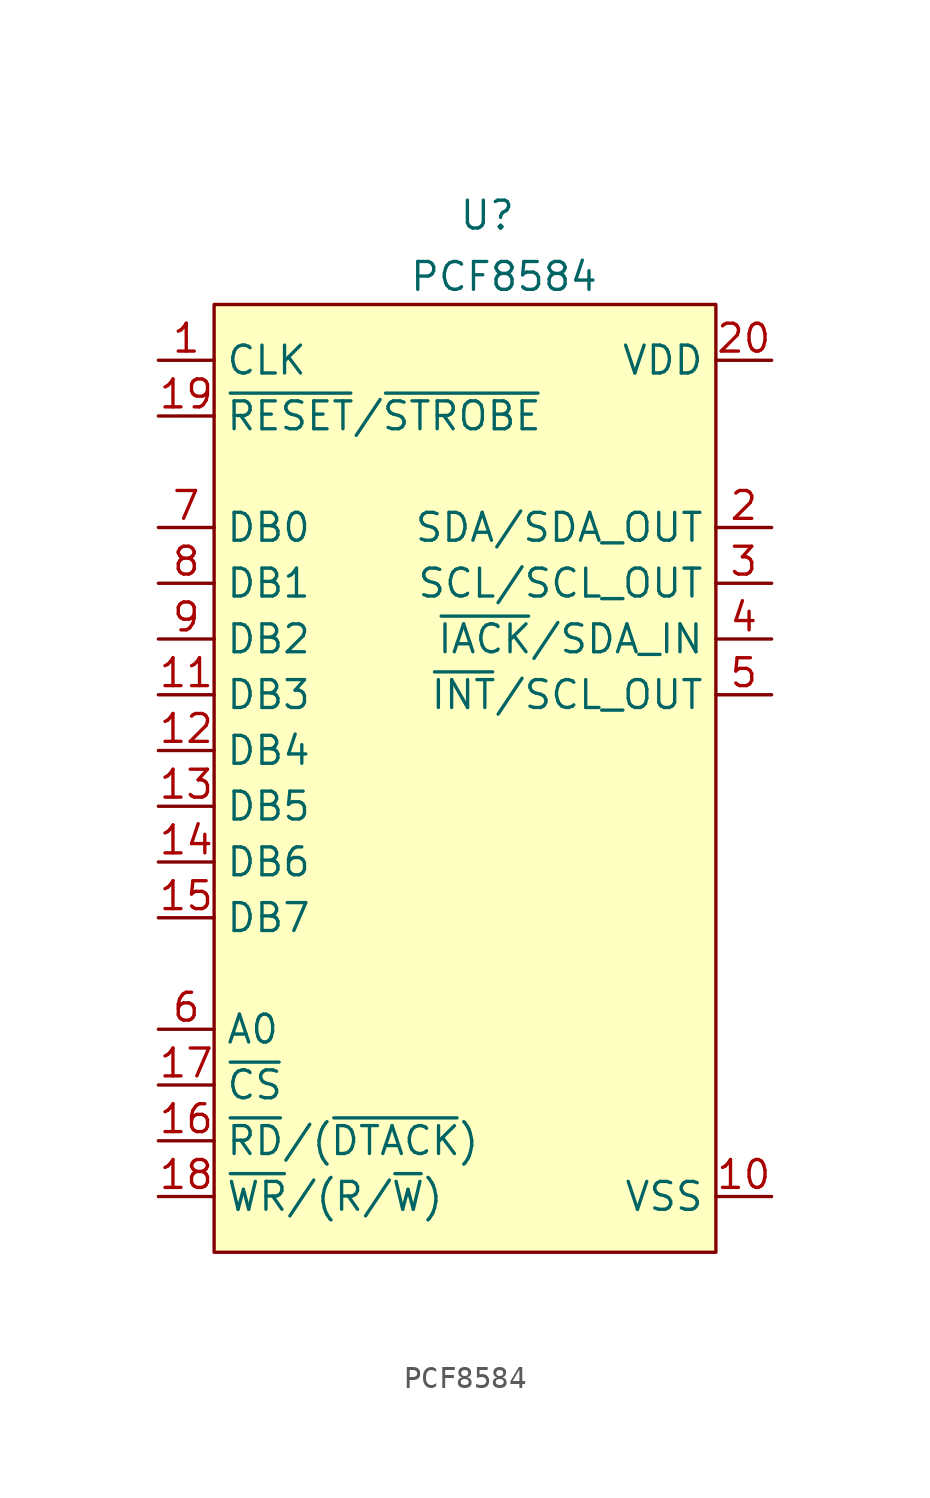
<source format=kicad_sym>
(kicad_symbol_lib
  (version 20241209)
  (generator "kicad_symbol_editor")
  (generator_version "9.0")
  (symbol "PCF8584"
    (property "Reference" "U"
      (at 12.446 4.064 0)
      (effects (font (size 1.27 1.27))))
    (property "Value" "PCF8584"
      (at 13.208 1.27 0)
      (effects (font (size 1.27 1.27))))
    (symbol "PCF8584_1_1"
      (rectangle (start 0 0) (end 22.86 -43.18) (stroke (width 0) (type solid)) (fill (type background)))
      (pin input line (at -2.54 -2.54 0) (length 2.54) (name "CLK" (effects (font (size 1.27 1.27)))) (number "1" (effects (font (size 1.27 1.27)))))
      (pin bidirectional line (at -2.54 -5.08 0) (length 2.54) (name "~{RESET}/~{STROBE}" (effects (font (size 1.27 1.27)))) (number "19" (effects (font (size 1.27 1.27)))))
      (pin bidirectional line (at -2.54 -10.16 0) (length 2.54) (name "DB0" (effects (font (size 1.27 1.27)))) (number "7" (effects (font (size 1.27 1.27)))))
      (pin bidirectional line (at -2.54 -12.7 0) (length 2.54) (name "DB1" (effects (font (size 1.27 1.27)))) (number "8" (effects (font (size 1.27 1.27)))))
      (pin bidirectional line (at -2.54 -15.24 0) (length 2.54) (name "DB2" (effects (font (size 1.27 1.27)))) (number "9" (effects (font (size 1.27 1.27)))))
      (pin bidirectional line (at -2.54 -17.78 0) (length 2.54) (name "DB3" (effects (font (size 1.27 1.27)))) (number "11" (effects (font (size 1.27 1.27)))))
      (pin bidirectional line (at -2.54 -20.32 0) (length 2.54) (name "DB4" (effects (font (size 1.27 1.27)))) (number "12" (effects (font (size 1.27 1.27)))))
      (pin bidirectional line (at -2.54 -22.86 0) (length 2.54) (name "DB5" (effects (font (size 1.27 1.27)))) (number "13" (effects (font (size 1.27 1.27)))))
      (pin bidirectional line (at -2.54 -25.4 0) (length 2.54) (name "DB6" (effects (font (size 1.27 1.27)))) (number "14" (effects (font (size 1.27 1.27)))))
      (pin bidirectional line (at -2.54 -27.94 0) (length 2.54) (name "DB7" (effects (font (size 1.27 1.27)))) (number "15" (effects (font (size 1.27 1.27)))))
      (pin input line (at -2.54 -33.02 0) (length 2.54) (name "A0" (effects (font (size 1.27 1.27)))) (number "6" (effects (font (size 1.27 1.27)))))
      (pin input line (at -2.54 -35.56 0) (length 2.54) (name "~{CS}" (effects (font (size 1.27 1.27)))) (number "17" (effects (font (size 1.27 1.27)))))
      (pin bidirectional line (at -2.54 -38.1 0) (length 2.54) (name "~{RD}/(~{DTACK})" (effects (font (size 1.27 1.27)))) (number "16" (effects (font (size 1.27 1.27)))))
      (pin input line (at -2.54 -40.64 0) (length 2.54) (name "~{WR}/(R/~{W})" (effects (font (size 1.27 1.27)))) (number "18" (effects (font (size 1.27 1.27)))))
      (pin power_in line (at 25.4 -2.54 180) (length 2.54) (name "VDD" (effects (font (size 1.27 1.27)))) (number "20" (effects (font (size 1.27 1.27)))))
      (pin bidirectional line (at 25.4 -10.16 180) (length 2.54) (name "SDA/SDA_OUT" (effects (font (size 1.27 1.27)))) (number "2" (effects (font (size 1.27 1.27)))))
      (pin bidirectional line (at 25.4 -12.7 180) (length 2.54) (name "SCL/SCL_OUT" (effects (font (size 1.27 1.27)))) (number "3" (effects (font (size 1.27 1.27)))))
      (pin bidirectional line (at 25.4 -15.24 180) (length 2.54) (name "~{IACK}/SDA_IN" (effects (font (size 1.27 1.27)))) (number "4" (effects (font (size 1.27 1.27)))))
      (pin bidirectional line (at 25.4 -17.78 180) (length 2.54) (name "~{INT}/SCL_OUT" (effects (font (size 1.27 1.27)))) (number "5" (effects (font (size 1.27 1.27)))))
      (pin power_in line (at 25.4 -40.64 180) (length 2.54) (name "VSS" (effects (font (size 1.27 1.27)))) (number "10" (effects (font (size 1.27 1.27))))))))
</source>
